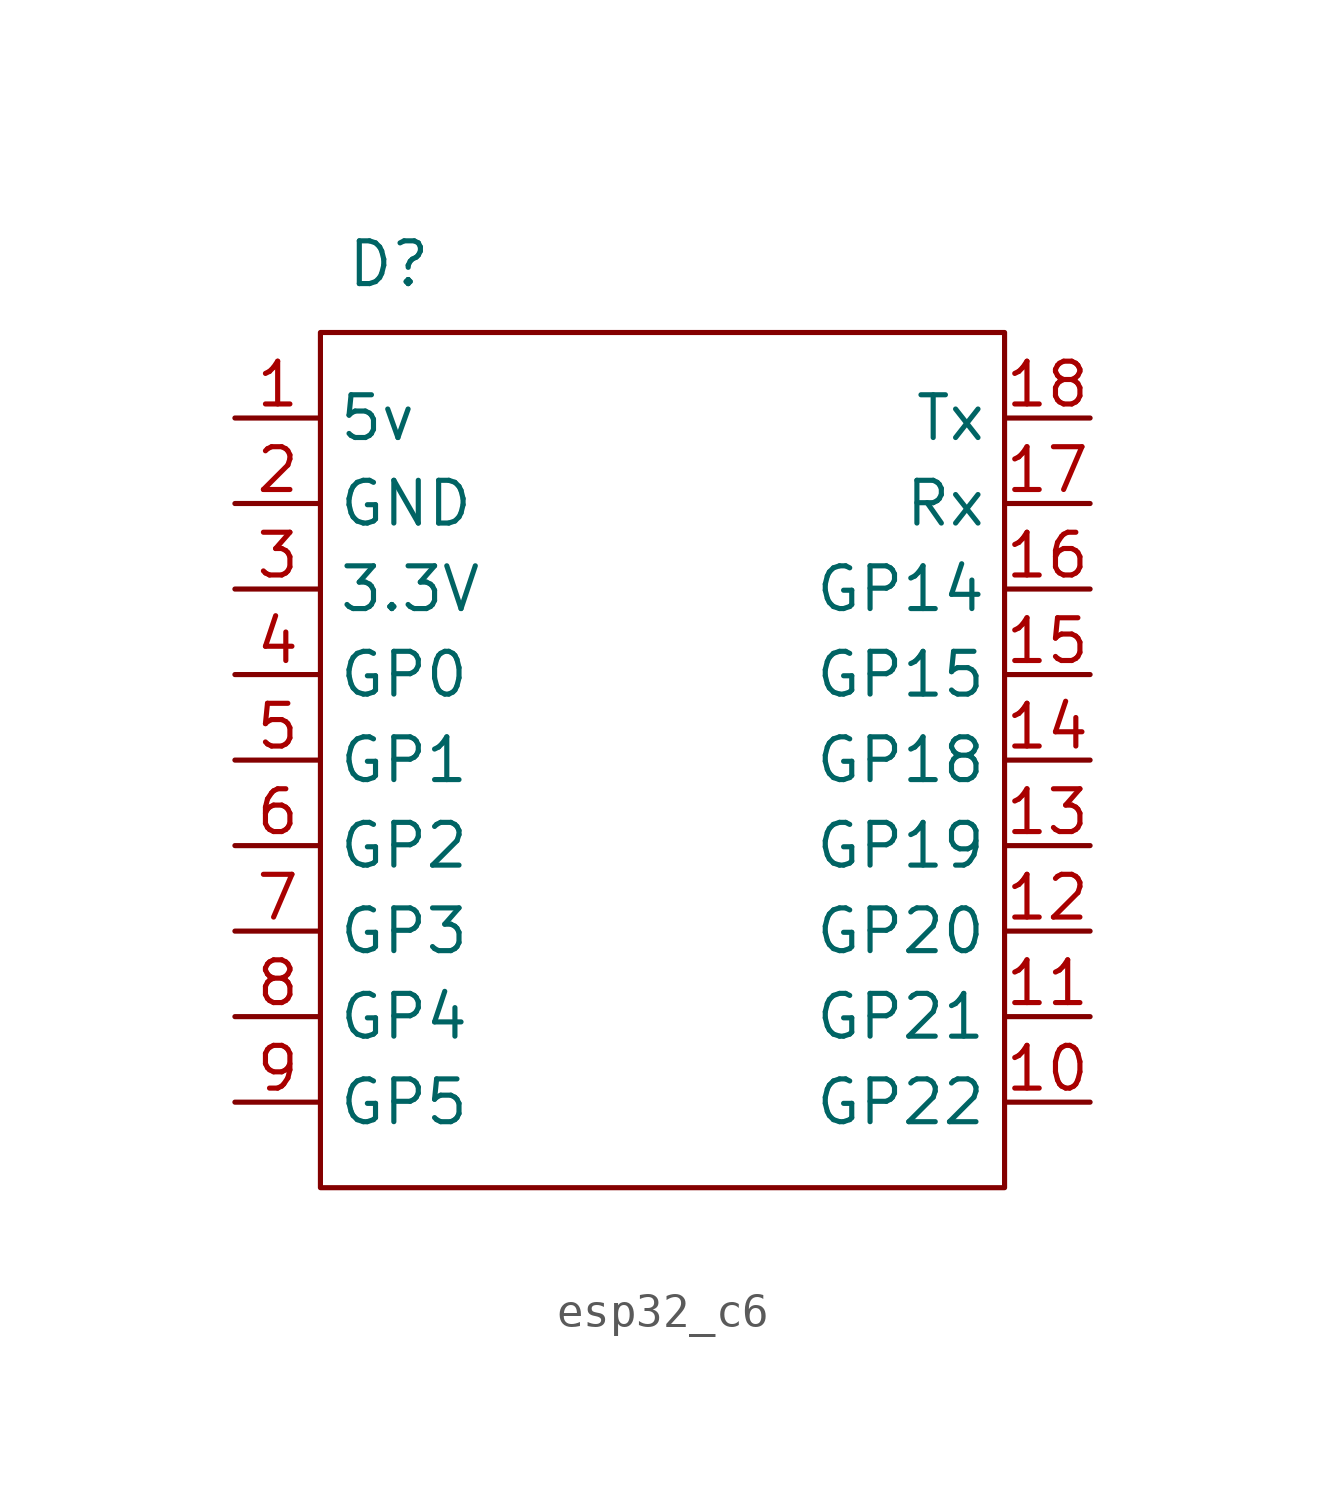
<source format=kicad_sym>
(kicad_symbol_lib
  (version 20231120)
  (generator "kicad_symbol_editor")
  (generator_version "8.0")
  (symbol "esp32_c6"
    (property "Reference" "D"
      (at 13.462 18.542 0)
      (effects (font (size 1.27 1.27))))
    (property "Value" ""
      (at 13.462 18.542 0)
      (effects (font (size 1.27 1.27))))
    (symbol "esp32_c6_0_1"
      (rectangle (start 11.43 16.51) (end 31.75 -8.89) (stroke (width 0) (type default)) (fill (type none))))
    (symbol "esp32_c6_1_1"
      (pin power_in line (at 8.89 13.97 0) (length 2.54) (name "5v" (effects (font (size 1.27 1.27)))) (number "1" (effects (font (size 1.27 1.27)))))
      (pin bidirectional line (at 34.29 -6.35 180) (length 2.54) (name "GP22" (effects (font (size 1.27 1.27)))) (number "10" (effects (font (size 1.27 1.27)))))
      (pin bidirectional line (at 34.29 -3.81 180) (length 2.54) (name "GP21" (effects (font (size 1.27 1.27)))) (number "11" (effects (font (size 1.27 1.27)))))
      (pin bidirectional line (at 34.29 -1.27 180) (length 2.54) (name "GP20" (effects (font (size 1.27 1.27)))) (number "12" (effects (font (size 1.27 1.27)))))
      (pin bidirectional line (at 34.29 1.27 180) (length 2.54) (name "GP19" (effects (font (size 1.27 1.27)))) (number "13" (effects (font (size 1.27 1.27)))))
      (pin bidirectional line (at 34.29 3.81 180) (length 2.54) (name "GP18" (effects (font (size 1.27 1.27)))) (number "14" (effects (font (size 1.27 1.27)))))
      (pin bidirectional line (at 34.29 6.35 180) (length 2.54) (name "GP15" (effects (font (size 1.27 1.27)))) (number "15" (effects (font (size 1.27 1.27)))))
      (pin bidirectional line (at 34.29 8.89 180) (length 2.54) (name "GP14" (effects (font (size 1.27 1.27)))) (number "16" (effects (font (size 1.27 1.27)))))
      (pin bidirectional line (at 34.29 11.43 180) (length 2.54) (name "Rx" (effects (font (size 1.27 1.27)))) (number "17" (effects (font (size 1.27 1.27)))))
      (pin bidirectional line (at 34.29 13.97 180) (length 2.54) (name "Tx" (effects (font (size 1.27 1.27)))) (number "18" (effects (font (size 1.27 1.27)))))
      (pin power_in line (at 8.89 11.43 0) (length 2.54) (name "GND" (effects (font (size 1.27 1.27)))) (number "2" (effects (font (size 1.27 1.27)))))
      (pin power_out line (at 8.89 8.89 0) (length 2.54) (name "3.3V" (effects (font (size 1.27 1.27)))) (number "3" (effects (font (size 1.27 1.27)))))
      (pin bidirectional line (at 8.89 6.35 0) (length 2.54) (name "GP0" (effects (font (size 1.27 1.27)))) (number "4" (effects (font (size 1.27 1.27)))))
      (pin bidirectional line (at 8.89 3.81 0) (length 2.54) (name "GP1" (effects (font (size 1.27 1.27)))) (number "5" (effects (font (size 1.27 1.27)))))
      (pin bidirectional line (at 8.89 1.27 0) (length 2.54) (name "GP2" (effects (font (size 1.27 1.27)))) (number "6" (effects (font (size 1.27 1.27)))))
      (pin bidirectional line (at 8.89 -1.27 0) (length 2.54) (name "GP3" (effects (font (size 1.27 1.27)))) (number "7" (effects (font (size 1.27 1.27)))))
      (pin bidirectional line (at 8.89 -3.81 0) (length 2.54) (name "GP4" (effects (font (size 1.27 1.27)))) (number "8" (effects (font (size 1.27 1.27)))))
      (pin bidirectional line (at 8.89 -6.35 0) (length 2.54) (name "GP5" (effects (font (size 1.27 1.27)))) (number "9" (effects (font (size 1.27 1.27))))))))
</source>
